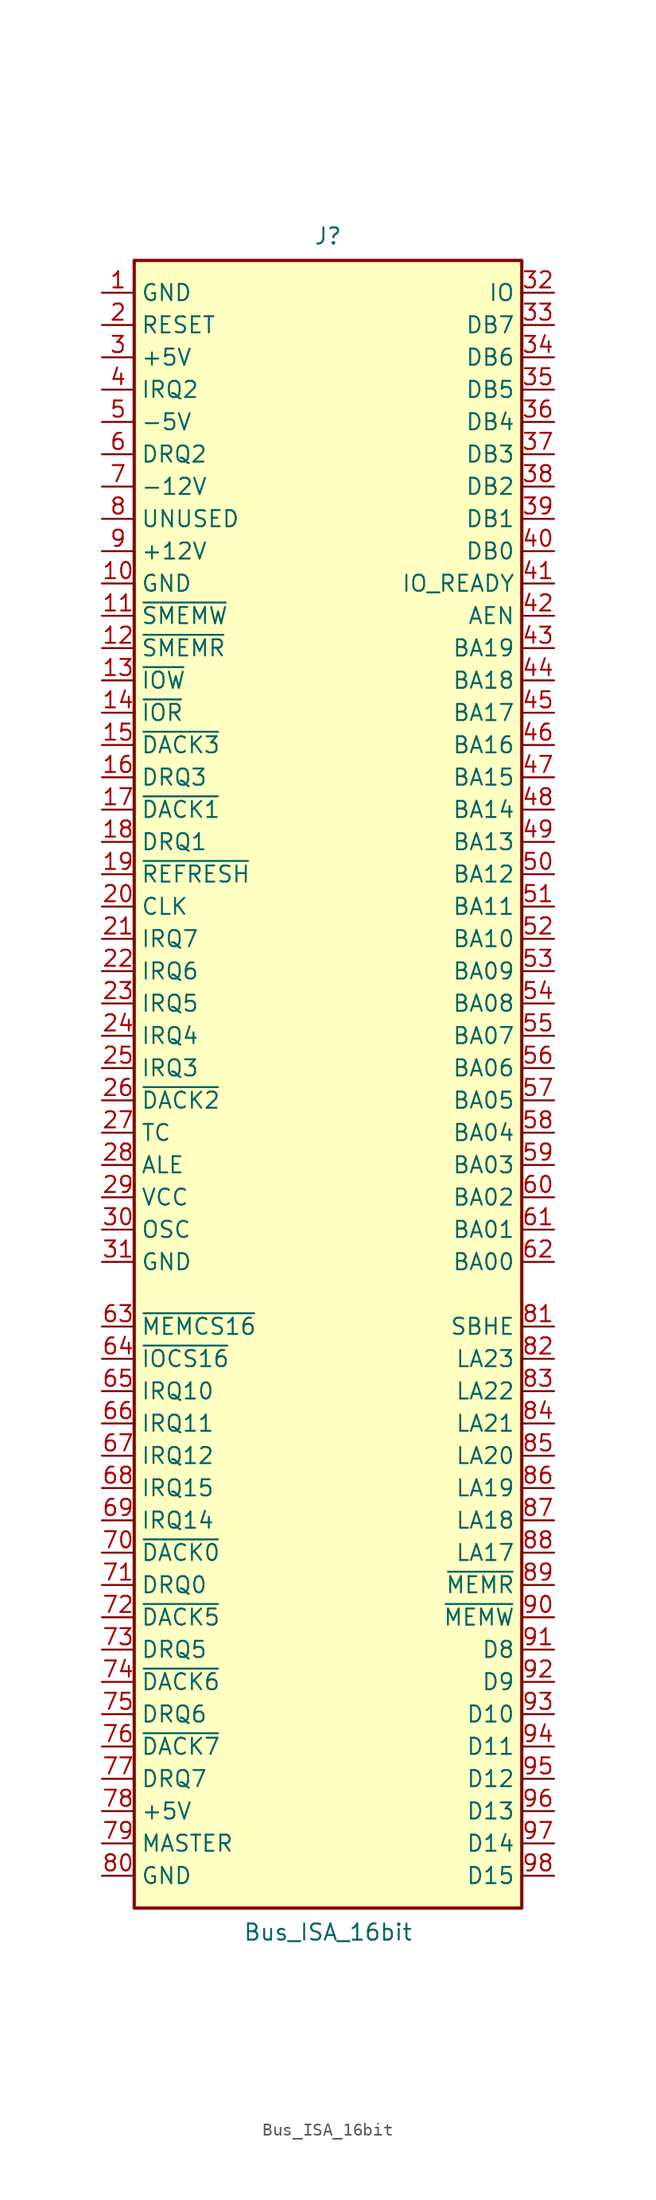
<source format=kicad_sym>
(kicad_symbol_lib
  (version 20241209)
  (generator "kicad_symbol_editor")
  (generator_version "9.0")
  (symbol "Bus_ISA_16bit"
    (property "Reference" "J"
      (at 0 67.945 0)
      (effects (font (size 1.27 1.27))))
    (property "Value" "Bus_ISA_16bit"
      (at 0 -65.405 0)
      (effects (font (size 1.27 1.27))))
    (symbol "Bus_ISA_16bit_0_1"
      (rectangle (start -15.24 -63.5) (end 15.24 66.04) (stroke (width 0.254) (type default)) (fill (type background))))
    (symbol "Bus_ISA_16bit_1_1"
      (pin power_in line (at -17.78 63.5 0) (length 2.54) (name "GND" (effects (font (size 1.27 1.27)))) (number "1" (effects (font (size 1.27 1.27)))))
      (pin output line (at -17.78 60.96 0) (length 2.54) (name "RESET" (effects (font (size 1.27 1.27)))) (number "2" (effects (font (size 1.27 1.27)))))
      (pin power_in line (at -17.78 58.42 0) (length 2.54) (name "+5V" (effects (font (size 1.27 1.27)))) (number "3" (effects (font (size 1.27 1.27)))))
      (pin passive line (at -17.78 55.88 0) (length 2.54) (name "IRQ2" (effects (font (size 1.27 1.27)))) (number "4" (effects (font (size 1.27 1.27)))))
      (pin power_in line (at -17.78 53.34 0) (length 2.54) (name "-5V" (effects (font (size 1.27 1.27)))) (number "5" (effects (font (size 1.27 1.27)))))
      (pin passive line (at -17.78 50.8 0) (length 2.54) (name "DRQ2" (effects (font (size 1.27 1.27)))) (number "6" (effects (font (size 1.27 1.27)))))
      (pin power_in line (at -17.78 48.26 0) (length 2.54) (name "-12V" (effects (font (size 1.27 1.27)))) (number "7" (effects (font (size 1.27 1.27)))))
      (pin passive line (at -17.78 45.72 0) (length 2.54) (name "UNUSED" (effects (font (size 1.27 1.27)))) (number "8" (effects (font (size 1.27 1.27)))))
      (pin power_in line (at -17.78 43.18 0) (length 2.54) (name "+12V" (effects (font (size 1.27 1.27)))) (number "9" (effects (font (size 1.27 1.27)))))
      (pin power_in line (at -17.78 40.64 0) (length 2.54) (name "GND" (effects (font (size 1.27 1.27)))) (number "10" (effects (font (size 1.27 1.27)))))
      (pin output line (at -17.78 38.1 0) (length 2.54) (name "~{SMEMW}" (effects (font (size 1.27 1.27)))) (number "11" (effects (font (size 1.27 1.27)))))
      (pin output line (at -17.78 35.56 0) (length 2.54) (name "~{SMEMR}" (effects (font (size 1.27 1.27)))) (number "12" (effects (font (size 1.27 1.27)))))
      (pin output line (at -17.78 33.02 0) (length 2.54) (name "~{IOW}" (effects (font (size 1.27 1.27)))) (number "13" (effects (font (size 1.27 1.27)))))
      (pin output line (at -17.78 30.48 0) (length 2.54) (name "~{IOR}" (effects (font (size 1.27 1.27)))) (number "14" (effects (font (size 1.27 1.27)))))
      (pin passive line (at -17.78 27.94 0) (length 2.54) (name "~{DACK3}" (effects (font (size 1.27 1.27)))) (number "15" (effects (font (size 1.27 1.27)))))
      (pin passive line (at -17.78 25.4 0) (length 2.54) (name "DRQ3" (effects (font (size 1.27 1.27)))) (number "16" (effects (font (size 1.27 1.27)))))
      (pin passive line (at -17.78 22.86 0) (length 2.54) (name "~{DACK1}" (effects (font (size 1.27 1.27)))) (number "17" (effects (font (size 1.27 1.27)))))
      (pin passive line (at -17.78 20.32 0) (length 2.54) (name "DRQ1" (effects (font (size 1.27 1.27)))) (number "18" (effects (font (size 1.27 1.27)))))
      (pin passive line (at -17.78 17.78 0) (length 2.54) (name "~{REFRESH}" (effects (font (size 1.27 1.27)))) (number "19" (effects (font (size 1.27 1.27)))))
      (pin output line (at -17.78 15.24 0) (length 2.54) (name "CLK" (effects (font (size 1.27 1.27)))) (number "20" (effects (font (size 1.27 1.27)))))
      (pin passive line (at -17.78 12.7 0) (length 2.54) (name "IRQ7" (effects (font (size 1.27 1.27)))) (number "21" (effects (font (size 1.27 1.27)))))
      (pin passive line (at -17.78 10.16 0) (length 2.54) (name "IRQ6" (effects (font (size 1.27 1.27)))) (number "22" (effects (font (size 1.27 1.27)))))
      (pin passive line (at -17.78 7.62 0) (length 2.54) (name "IRQ5" (effects (font (size 1.27 1.27)))) (number "23" (effects (font (size 1.27 1.27)))))
      (pin passive line (at -17.78 5.08 0) (length 2.54) (name "IRQ4" (effects (font (size 1.27 1.27)))) (number "24" (effects (font (size 1.27 1.27)))))
      (pin passive line (at -17.78 2.54 0) (length 2.54) (name "IRQ3" (effects (font (size 1.27 1.27)))) (number "25" (effects (font (size 1.27 1.27)))))
      (pin passive line (at -17.78 0 0) (length 2.54) (name "~{DACK2}" (effects (font (size 1.27 1.27)))) (number "26" (effects (font (size 1.27 1.27)))))
      (pin passive line (at -17.78 -2.54 0) (length 2.54) (name "TC" (effects (font (size 1.27 1.27)))) (number "27" (effects (font (size 1.27 1.27)))))
      (pin output line (at -17.78 -5.08 0) (length 2.54) (name "ALE" (effects (font (size 1.27 1.27)))) (number "28" (effects (font (size 1.27 1.27)))))
      (pin power_in line (at -17.78 -7.62 0) (length 2.54) (name "VCC" (effects (font (size 1.27 1.27)))) (number "29" (effects (font (size 1.27 1.27)))))
      (pin output line (at -17.78 -10.16 0) (length 2.54) (name "OSC" (effects (font (size 1.27 1.27)))) (number "30" (effects (font (size 1.27 1.27)))))
      (pin power_in line (at -17.78 -12.7 0) (length 2.54) (name "GND" (effects (font (size 1.27 1.27)))) (number "31" (effects (font (size 1.27 1.27)))))
      (pin passive line (at -17.78 -17.78 0) (length 2.54) (name "~{MEMCS16}" (effects (font (size 1.27 1.27)))) (number "63" (effects (font (size 1.27 1.27)))))
      (pin passive line (at -17.78 -20.32 0) (length 2.54) (name "~{IOCS16}" (effects (font (size 1.27 1.27)))) (number "64" (effects (font (size 1.27 1.27)))))
      (pin passive line (at -17.78 -22.86 0) (length 2.54) (name "IRQ10" (effects (font (size 1.27 1.27)))) (number "65" (effects (font (size 1.27 1.27)))))
      (pin passive line (at -17.78 -25.4 0) (length 2.54) (name "IRQ11" (effects (font (size 1.27 1.27)))) (number "66" (effects (font (size 1.27 1.27)))))
      (pin passive line (at -17.78 -27.94 0) (length 2.54) (name "IRQ12" (effects (font (size 1.27 1.27)))) (number "67" (effects (font (size 1.27 1.27)))))
      (pin passive line (at -17.78 -30.48 0) (length 2.54) (name "IRQ15" (effects (font (size 1.27 1.27)))) (number "68" (effects (font (size 1.27 1.27)))))
      (pin passive line (at -17.78 -33.02 0) (length 2.54) (name "IRQ14" (effects (font (size 1.27 1.27)))) (number "69" (effects (font (size 1.27 1.27)))))
      (pin output line (at -17.78 -35.56 0) (length 2.54) (name "~{DACK0}" (effects (font (size 1.27 1.27)))) (number "70" (effects (font (size 1.27 1.27)))))
      (pin passive line (at -17.78 -38.1 0) (length 2.54) (name "DRQ0" (effects (font (size 1.27 1.27)))) (number "71" (effects (font (size 1.27 1.27)))))
      (pin output line (at -17.78 -40.64 0) (length 2.54) (name "~{DACK5}" (effects (font (size 1.27 1.27)))) (number "72" (effects (font (size 1.27 1.27)))))
      (pin passive line (at -17.78 -43.18 0) (length 2.54) (name "DRQ5" (effects (font (size 1.27 1.27)))) (number "73" (effects (font (size 1.27 1.27)))))
      (pin output line (at -17.78 -45.72 0) (length 2.54) (name "~{DACK6}" (effects (font (size 1.27 1.27)))) (number "74" (effects (font (size 1.27 1.27)))))
      (pin passive line (at -17.78 -48.26 0) (length 2.54) (name "DRQ6" (effects (font (size 1.27 1.27)))) (number "75" (effects (font (size 1.27 1.27)))))
      (pin output line (at -17.78 -50.8 0) (length 2.54) (name "~{DACK7}" (effects (font (size 1.27 1.27)))) (number "76" (effects (font (size 1.27 1.27)))))
      (pin passive line (at -17.78 -53.34 0) (length 2.54) (name "DRQ7" (effects (font (size 1.27 1.27)))) (number "77" (effects (font (size 1.27 1.27)))))
      (pin power_in line (at -17.78 -55.88 0) (length 2.54) (name "+5V" (effects (font (size 1.27 1.27)))) (number "78" (effects (font (size 1.27 1.27)))))
      (pin passive line (at -17.78 -58.42 0) (length 2.54) (name "MASTER" (effects (font (size 1.27 1.27)))) (number "79" (effects (font (size 1.27 1.27)))))
      (pin power_in line (at -17.78 -60.96 0) (length 2.54) (name "GND" (effects (font (size 1.27 1.27)))) (number "80" (effects (font (size 1.27 1.27)))))
      (pin passive line (at 17.78 63.5 180) (length 2.54) (name "IO" (effects (font (size 1.27 1.27)))) (number "32" (effects (font (size 1.27 1.27)))))
      (pin tri_state line (at 17.78 60.96 180) (length 2.54) (name "DB7" (effects (font (size 1.27 1.27)))) (number "33" (effects (font (size 1.27 1.27)))))
      (pin tri_state line (at 17.78 58.42 180) (length 2.54) (name "DB6" (effects (font (size 1.27 1.27)))) (number "34" (effects (font (size 1.27 1.27)))))
      (pin tri_state line (at 17.78 55.88 180) (length 2.54) (name "DB5" (effects (font (size 1.27 1.27)))) (number "35" (effects (font (size 1.27 1.27)))))
      (pin tri_state line (at 17.78 53.34 180) (length 2.54) (name "DB4" (effects (font (size 1.27 1.27)))) (number "36" (effects (font (size 1.27 1.27)))))
      (pin tri_state line (at 17.78 50.8 180) (length 2.54) (name "DB3" (effects (font (size 1.27 1.27)))) (number "37" (effects (font (size 1.27 1.27)))))
      (pin tri_state line (at 17.78 48.26 180) (length 2.54) (name "DB2" (effects (font (size 1.27 1.27)))) (number "38" (effects (font (size 1.27 1.27)))))
      (pin tri_state line (at 17.78 45.72 180) (length 2.54) (name "DB1" (effects (font (size 1.27 1.27)))) (number "39" (effects (font (size 1.27 1.27)))))
      (pin tri_state line (at 17.78 43.18 180) (length 2.54) (name "DB0" (effects (font (size 1.27 1.27)))) (number "40" (effects (font (size 1.27 1.27)))))
      (pin passive line (at 17.78 40.64 180) (length 2.54) (name "IO_READY" (effects (font (size 1.27 1.27)))) (number "41" (effects (font (size 1.27 1.27)))))
      (pin output line (at 17.78 38.1 180) (length 2.54) (name "AEN" (effects (font (size 1.27 1.27)))) (number "42" (effects (font (size 1.27 1.27)))))
      (pin tri_state line (at 17.78 35.56 180) (length 2.54) (name "BA19" (effects (font (size 1.27 1.27)))) (number "43" (effects (font (size 1.27 1.27)))))
      (pin tri_state line (at 17.78 33.02 180) (length 2.54) (name "BA18" (effects (font (size 1.27 1.27)))) (number "44" (effects (font (size 1.27 1.27)))))
      (pin tri_state line (at 17.78 30.48 180) (length 2.54) (name "BA17" (effects (font (size 1.27 1.27)))) (number "45" (effects (font (size 1.27 1.27)))))
      (pin tri_state line (at 17.78 27.94 180) (length 2.54) (name "BA16" (effects (font (size 1.27 1.27)))) (number "46" (effects (font (size 1.27 1.27)))))
      (pin tri_state line (at 17.78 25.4 180) (length 2.54) (name "BA15" (effects (font (size 1.27 1.27)))) (number "47" (effects (font (size 1.27 1.27)))))
      (pin tri_state line (at 17.78 22.86 180) (length 2.54) (name "BA14" (effects (font (size 1.27 1.27)))) (number "48" (effects (font (size 1.27 1.27)))))
      (pin tri_state line (at 17.78 20.32 180) (length 2.54) (name "BA13" (effects (font (size 1.27 1.27)))) (number "49" (effects (font (size 1.27 1.27)))))
      (pin tri_state line (at 17.78 17.78 180) (length 2.54) (name "BA12" (effects (font (size 1.27 1.27)))) (number "50" (effects (font (size 1.27 1.27)))))
      (pin tri_state line (at 17.78 15.24 180) (length 2.54) (name "BA11" (effects (font (size 1.27 1.27)))) (number "51" (effects (font (size 1.27 1.27)))))
      (pin tri_state line (at 17.78 12.7 180) (length 2.54) (name "BA10" (effects (font (size 1.27 1.27)))) (number "52" (effects (font (size 1.27 1.27)))))
      (pin tri_state line (at 17.78 10.16 180) (length 2.54) (name "BA09" (effects (font (size 1.27 1.27)))) (number "53" (effects (font (size 1.27 1.27)))))
      (pin tri_state line (at 17.78 7.62 180) (length 2.54) (name "BA08" (effects (font (size 1.27 1.27)))) (number "54" (effects (font (size 1.27 1.27)))))
      (pin tri_state line (at 17.78 5.08 180) (length 2.54) (name "BA07" (effects (font (size 1.27 1.27)))) (number "55" (effects (font (size 1.27 1.27)))))
      (pin tri_state line (at 17.78 2.54 180) (length 2.54) (name "BA06" (effects (font (size 1.27 1.27)))) (number "56" (effects (font (size 1.27 1.27)))))
      (pin tri_state line (at 17.78 0 180) (length 2.54) (name "BA05" (effects (font (size 1.27 1.27)))) (number "57" (effects (font (size 1.27 1.27)))))
      (pin tri_state line (at 17.78 -2.54 180) (length 2.54) (name "BA04" (effects (font (size 1.27 1.27)))) (number "58" (effects (font (size 1.27 1.27)))))
      (pin tri_state line (at 17.78 -5.08 180) (length 2.54) (name "BA03" (effects (font (size 1.27 1.27)))) (number "59" (effects (font (size 1.27 1.27)))))
      (pin tri_state line (at 17.78 -7.62 180) (length 2.54) (name "BA02" (effects (font (size 1.27 1.27)))) (number "60" (effects (font (size 1.27 1.27)))))
      (pin tri_state line (at 17.78 -10.16 180) (length 2.54) (name "BA01" (effects (font (size 1.27 1.27)))) (number "61" (effects (font (size 1.27 1.27)))))
      (pin tri_state line (at 17.78 -12.7 180) (length 2.54) (name "BA00" (effects (font (size 1.27 1.27)))) (number "62" (effects (font (size 1.27 1.27)))))
      (pin passive line (at 17.78 -17.78 180) (length 2.54) (name "SBHE" (effects (font (size 1.27 1.27)))) (number "81" (effects (font (size 1.27 1.27)))))
      (pin passive line (at 17.78 -20.32 180) (length 2.54) (name "LA23" (effects (font (size 1.27 1.27)))) (number "82" (effects (font (size 1.27 1.27)))))
      (pin passive line (at 17.78 -22.86 180) (length 2.54) (name "LA22" (effects (font (size 1.27 1.27)))) (number "83" (effects (font (size 1.27 1.27)))))
      (pin passive line (at 17.78 -25.4 180) (length 2.54) (name "LA21" (effects (font (size 1.27 1.27)))) (number "84" (effects (font (size 1.27 1.27)))))
      (pin passive line (at 17.78 -27.94 180) (length 2.54) (name "LA20" (effects (font (size 1.27 1.27)))) (number "85" (effects (font (size 1.27 1.27)))))
      (pin passive line (at 17.78 -30.48 180) (length 2.54) (name "LA19" (effects (font (size 1.27 1.27)))) (number "86" (effects (font (size 1.27 1.27)))))
      (pin passive line (at 17.78 -33.02 180) (length 2.54) (name "LA18" (effects (font (size 1.27 1.27)))) (number "87" (effects (font (size 1.27 1.27)))))
      (pin passive line (at 17.78 -35.56 180) (length 2.54) (name "LA17" (effects (font (size 1.27 1.27)))) (number "88" (effects (font (size 1.27 1.27)))))
      (pin output line (at 17.78 -38.1 180) (length 2.54) (name "~{MEMR}" (effects (font (size 1.27 1.27)))) (number "89" (effects (font (size 1.27 1.27)))))
      (pin output line (at 17.78 -40.64 180) (length 2.54) (name "~{MEMW}" (effects (font (size 1.27 1.27)))) (number "90" (effects (font (size 1.27 1.27)))))
      (pin tri_state line (at 17.78 -43.18 180) (length 2.54) (name "D8" (effects (font (size 1.27 1.27)))) (number "91" (effects (font (size 1.27 1.27)))))
      (pin tri_state line (at 17.78 -45.72 180) (length 2.54) (name "D9" (effects (font (size 1.27 1.27)))) (number "92" (effects (font (size 1.27 1.27)))))
      (pin tri_state line (at 17.78 -48.26 180) (length 2.54) (name "D10" (effects (font (size 1.27 1.27)))) (number "93" (effects (font (size 1.27 1.27)))))
      (pin tri_state line (at 17.78 -50.8 180) (length 2.54) (name "D11" (effects (font (size 1.27 1.27)))) (number "94" (effects (font (size 1.27 1.27)))))
      (pin tri_state line (at 17.78 -53.34 180) (length 2.54) (name "D12" (effects (font (size 1.27 1.27)))) (number "95" (effects (font (size 1.27 1.27)))))
      (pin tri_state line (at 17.78 -55.88 180) (length 2.54) (name "D13" (effects (font (size 1.27 1.27)))) (number "96" (effects (font (size 1.27 1.27)))))
      (pin tri_state line (at 17.78 -58.42 180) (length 2.54) (name "D14" (effects (font (size 1.27 1.27)))) (number "97" (effects (font (size 1.27 1.27)))))
      (pin tri_state line (at 17.78 -60.96 180) (length 2.54) (name "D15" (effects (font (size 1.27 1.27)))) (number "98" (effects (font (size 1.27 1.27))))))))
</source>
